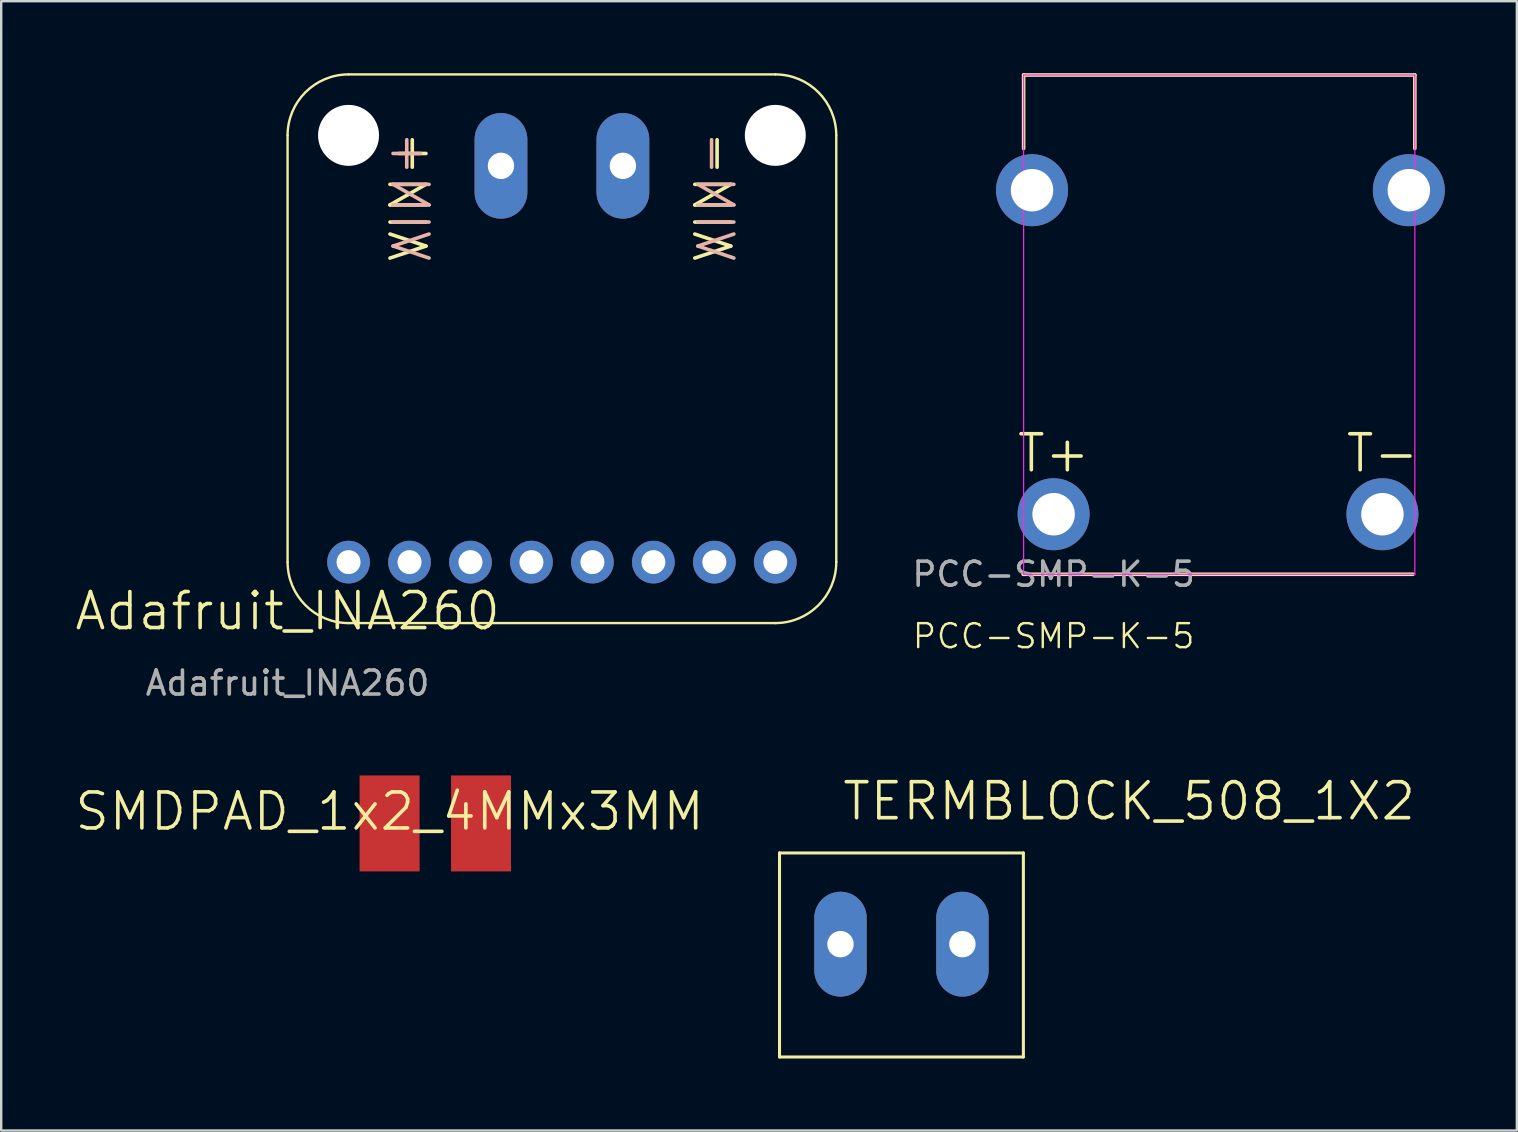
<source format=kicad_pcb>
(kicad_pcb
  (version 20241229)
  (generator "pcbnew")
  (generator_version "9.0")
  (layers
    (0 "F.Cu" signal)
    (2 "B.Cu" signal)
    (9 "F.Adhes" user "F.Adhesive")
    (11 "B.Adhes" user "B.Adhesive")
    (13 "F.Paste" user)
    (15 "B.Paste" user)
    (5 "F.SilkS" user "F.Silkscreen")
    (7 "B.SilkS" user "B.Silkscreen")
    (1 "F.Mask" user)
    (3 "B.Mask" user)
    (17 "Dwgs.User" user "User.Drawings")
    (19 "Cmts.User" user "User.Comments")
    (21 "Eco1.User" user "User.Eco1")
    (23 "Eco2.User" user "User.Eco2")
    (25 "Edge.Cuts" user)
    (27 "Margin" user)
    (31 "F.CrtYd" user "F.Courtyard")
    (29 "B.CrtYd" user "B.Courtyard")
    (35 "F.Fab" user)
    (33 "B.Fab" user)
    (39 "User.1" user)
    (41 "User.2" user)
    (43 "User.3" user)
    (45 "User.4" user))
  (footprint "Adafruit_INA260"
    (layer "F.Cu")
    (at 8.932 22.91)
    (property "Reference" "Adafruit_INA260" (at 0 -0.5 0) (unlocked yes) (layer "F.SilkS") (effects (font (size 1.5 1.5) (thickness 0.15))))
    (attr through_hole)
    (fp_line (start 0 -20.32) (end 0 -2.54) (stroke (width 0.1) (type default)) (layer "F.SilkS"))
    (fp_line (start 2.54 0) (end 20.32 0) (stroke (width 0.1) (type default)) (layer "F.SilkS"))
    (fp_line (start 20.32 -22.86) (end 2.54 -22.86) (stroke (width 0.1) (type default)) (layer "F.SilkS"))
    (fp_line (start 22.86 -2.54) (end 22.86 -20.32) (stroke (width 0.1) (type default)) (layer "F.SilkS"))
    (fp_arc (start 0 -20.32) (mid 0.743949 -22.116051) (end 2.54 -22.86) (stroke (width 0.1) (type default)) (layer "F.SilkS"))
    (fp_arc (start 2.54 0) (mid 0.743949 -0.743949) (end 0 -2.54) (stroke (width 0.1) (type default)) (layer "F.SilkS"))
    (fp_arc (start 20.32 -22.86) (mid 22.116051 -22.116051) (end 22.86 -20.32) (stroke (width 0.1) (type default)) (layer "F.SilkS"))
    (fp_arc (start 22.86 -2.54) (mid 22.116051 -0.743949) (end 20.32 0) (stroke (width 0.1) (type default)) (layer "F.SilkS"))
    (fp_text user "VIN+" (at 5.08 -17.78 90) (unlocked yes) (layer "F.SilkS") (effects (font (size 1.5 1.5) (thickness 0.15))))
    (fp_text user "VIN-" (at 17.78 -17.78 90) (unlocked yes) (layer "F.SilkS") (effects (font (size 1.5 1.5) (thickness 0.15))))
    (fp_text user "VIN+" (at 5.08 -17.78 270) (unlocked yes) (layer "B.SilkS") (effects (font (size 1.5 1.5) (thickness 0.15)) (justify mirror)))
    (fp_text user "VIN-" (at 17.78 -17.78 270) (unlocked yes) (layer "B.SilkS") (effects (font (size 1.5 1.5) (thickness 0.15)) (justify mirror)))
    (fp_text user "${REFERENCE}" (at 0 2.5 0) (unlocked yes) (layer "F.Fab") (effects (font (size 1 1) (thickness 0.15))))
    (pad "" np_thru_hole circle (at 2.54 -20.32) (size 2.54 2.54) (drill 2.54) (layers "*.Cu" "*.Mask"))
    (pad "" np_thru_hole circle (at 20.32 -20.32) (size 2.54 2.54) (drill 2.54) (layers "*.Cu" "*.Mask"))
    (pad "1" thru_hole circle (at 2.54 -2.54) (size 1.778 1.778) (drill 1) (layers "*.Cu" "*.Mask"))
    (pad "2" thru_hole circle (at 5.08 -2.54) (size 1.778 1.778) (drill 1) (layers "*.Cu" "*.Mask"))
    (pad "3" thru_hole circle (at 7.62 -2.54) (size 1.778 1.778) (drill 1) (layers "*.Cu" "*.Mask"))
    (pad "4" thru_hole circle (at 10.16 -2.54) (size 1.778 1.778) (drill 1) (layers "*.Cu" "*.Mask"))
    (pad "5" thru_hole circle (at 12.7 -2.54) (size 1.778 1.778) (drill 1) (layers "*.Cu" "*.Mask"))
    (pad "6" thru_hole circle (at 15.24 -2.54) (size 1.778 1.778) (drill 1) (layers "*.Cu" "*.Mask"))
    (pad "7" thru_hole circle (at 17.78 -2.54) (size 1.778 1.778) (drill 1) (layers "*.Cu" "*.Mask"))
    (pad "8" thru_hole circle (at 20.32 -2.54) (size 1.778 1.778) (drill 1) (layers "*.Cu" "*.Mask"))
    (pad "9" thru_hole oval (at 8.89 -19.05) (size 2.2 4.4) (drill 1.1) (layers "*.Cu" "*.Mask"))
    (pad "10" thru_hole oval (at 13.97 -19.05) (size 2.2 4.4) (drill 1.1) (layers "*.Cu" "*.Mask")))
  (footprint "SMDPAD_1x2_4MMx3MM"
    (layer "F.Cu")
    (at 13.182 31.258)
    (property "Reference" "SMDPAD_1x2_4MMx3MM" (at 0 -0.5 0) (unlocked yes) (layer "F.SilkS") (effects (font (size 1.5 1.5) (thickness 0.15))))
    (attr smd)
    (pad "1" smd rect (at 3.81 0) (size 2.5 4) (layers "F.Cu" "F.Mask" "F.Paste"))
    (pad "2" smd rect (at 0 0) (size 2.5 4) (layers "F.Cu" "F.Mask" "F.Paste")))
  (footprint "TERMBLOCK_508_1X2"
    (layer "F.Cu")
    (at 34.508 36.288)
    (property "Reference" "TERMBLOCK_508_1X2" (at -2.54 -5.08 0) (layer "F.SilkS") (effects (font (size 1.5 1.5) (thickness 0.15)) (justify left bottom)))
    (attr through_hole)
    (fp_line (start -5.08 -3.8) (end 5.08 -3.8) (stroke (width 0.127) (type solid)) (layer "F.SilkS"))
    (fp_line (start -5.08 4.7) (end -5.08 -3.8) (stroke (width 0.127) (type solid)) (layer "F.SilkS"))
    (fp_line (start 5.08 -3.8) (end 5.08 4.7) (stroke (width 0.127) (type solid)) (layer "F.SilkS"))
    (fp_line (start 5.08 4.7) (end -5.08 4.7) (stroke (width 0.127) (type solid)) (layer "F.SilkS"))
    (pad "P$3" thru_hole oval (at -2.54 0 90) (size 4.369 2.184) (drill 1.1) (layers "*.Cu" "*.Mask"))
    (pad "P$4" thru_hole oval (at 2.54 0 90) (size 4.369 2.184) (drill 1.1) (layers "*.Cu" "*.Mask")))
  (footprint "PCC-SMP-K-5"
    (layer "F.Cu")
    (at 40.848 18.375)
    (property "Reference" "PCC-SMP-K-5" (at 0 5.08 0) (unlocked yes) (layer "F.SilkS") (effects (font (size 1 1) (thickness 0.1))))
    (attr through_hole)
    (fp_line (start -1.27 2.5) (end 14.97 2.5) (stroke (width 0.15) (type default)) (layer "F.SilkS"))
    (fp_line (start -1.25 -18.3) (end -1.25 -15.24) (stroke (width 0.15) (type default)) (layer "F.SilkS"))
    (fp_line (start -1.25 -18.3) (end 15.05 -18.3) (stroke (width 0.15) (type default)) (layer "F.SilkS"))
    (fp_line (start 15.05 -18.3) (end 15.05 -15.24) (stroke (width 0.15) (type default)) (layer "F.SilkS"))
    (fp_line (start -1.25 -18.3) (end -1.25 2.5) (stroke (width 0.05) (type default)) (layer "F.CrtYd"))
    (fp_line (start -1.25 -18.3) (end 15.05 -18.3) (stroke (width 0.05) (type default)) (layer "F.CrtYd"))
    (fp_line (start -1.25 2.5) (end 15.05 2.5) (stroke (width 0.05) (type default)) (layer "F.CrtYd"))
    (fp_line (start 15.05 -18.3) (end 15.05 2.5) (stroke (width 0.05) (type default)) (layer "F.CrtYd"))
    (fp_text user "T+" (at 0 -2.54 0) (unlocked yes) (layer "F.SilkS") (effects (font (size 1.5 1.5) (thickness 0.15))))
    (fp_text user "T-" (at 13.7 -2.54 0) (unlocked yes) (layer "F.SilkS") (effects (font (size 1.5 1.5) (thickness 0.15))))
    (fp_text user "${REFERENCE}" (at 0 2.5 0) (unlocked yes) (layer "F.Fab") (effects (font (size 1 1) (thickness 0.15))))
    (pad "1" thru_hole circle (at 0 0) (size 3 3) (drill 1.77) (layers "*.Cu" "*.Mask"))
    (pad "2" thru_hole circle (at 13.7 0) (size 3 3) (drill 1.77) (layers "*.Cu" "*.Mask"))
    (pad "3" thru_hole circle (at -0.9 -13.5) (size 3 3) (drill 1.77) (layers "*.Cu" "*.Mask"))
    (pad "4" thru_hole circle (at 14.8 -13.5) (size 3 3) (drill 1.77) (layers "*.Cu" "*.Mask")))
  (gr_rect
    (start -3 -3)
    (end 60.148 44.052)
    (stroke (width 0.1) (type default))
    (fill no)
    (layer "Edge.Cuts")))
</source>
